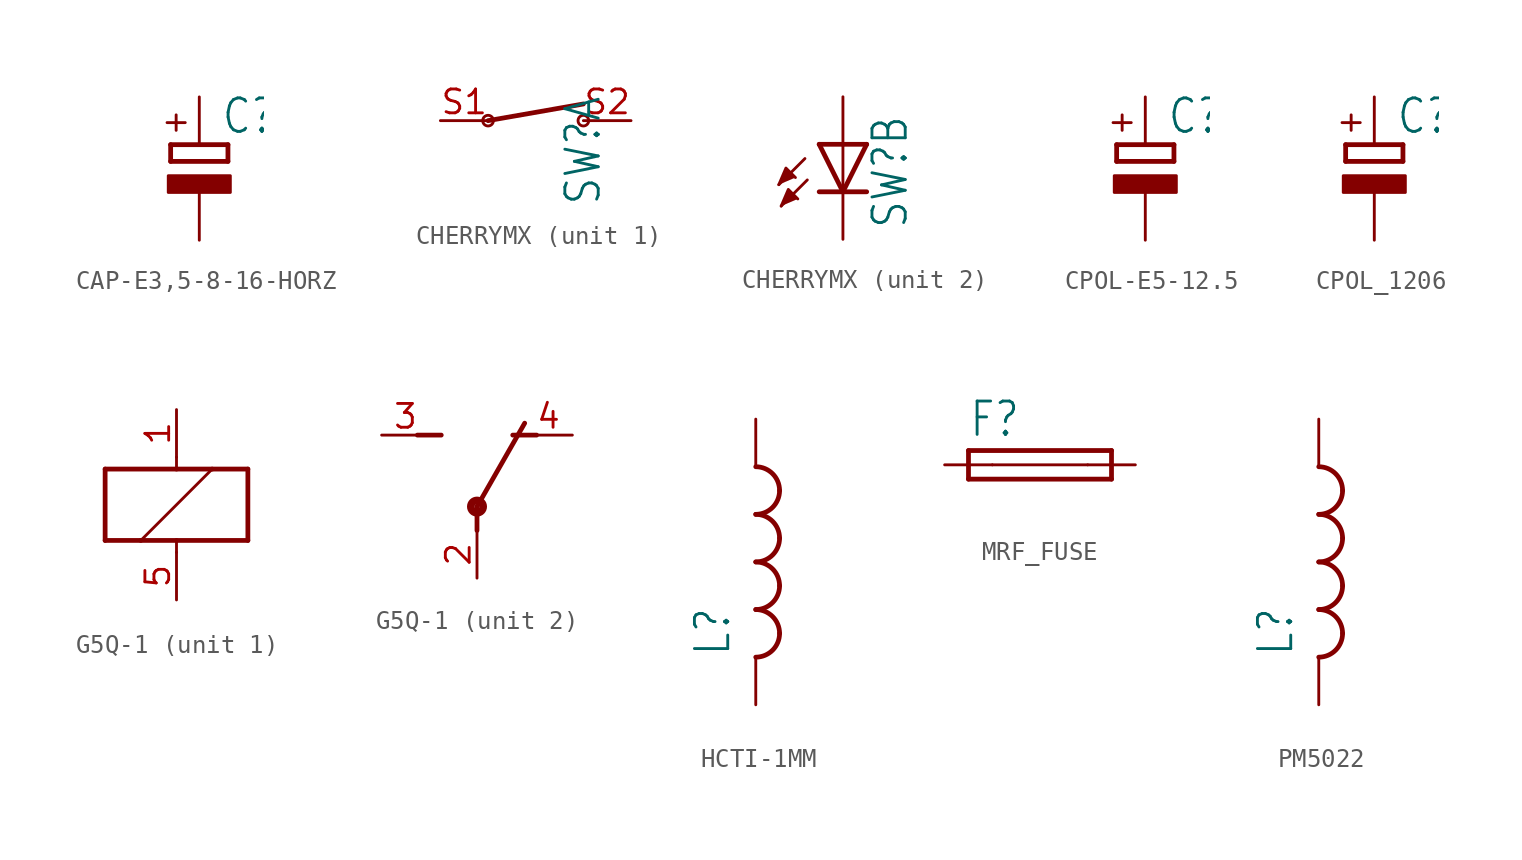
<source format=kicad_sym>
(kicad_symbol_lib
  (version 20231120)
  (generator "kicad_symbol_editor")
  (generator_version "8.0")
  (symbol "CAP-E3,5-8-16-HORZ"
    (property "Reference" "C"
      (at 1.143 0.483 0)
      (effects (font (size 1.778 1.511)) (justify left bottom)))
    (property "Value" ""
      (at 1.143 -4.597 0)
      (effects (font (size 1.778 1.511)) (justify left bottom)))
    (property "ki_locked" ""
      (at 0 0 0)
      (effects (font (size 1.27 1.27))))
    (symbol "CAP-E3,5-8-16-HORZ_1_0"
      (rectangle (start -1.651 -2.54) (end 1.651 -1.651) (stroke (width 0) (type default)) (fill (type outline)))
      (polyline (pts (xy -1.524 -0.889) (xy 1.524 -0.889)) (stroke (width 0.254) (type solid)) (fill (type none)))
      (polyline (pts (xy -1.524 0) (xy -1.524 -0.889)) (stroke (width 0.254) (type solid)) (fill (type none)))
      (polyline (pts (xy -1.524 0) (xy 1.524 0)) (stroke (width 0.254) (type solid)) (fill (type none)))
      (polyline (pts (xy 1.524 -0.889) (xy 1.524 0)) (stroke (width 0.254) (type solid)) (fill (type none)))
      (text "+" (at -0.584 0.406 900) (effects (font (size 1.27 1.079)) (justify left bottom)))
      (pin passive line (at 0 2.54 270) (length 2.54) (name "+" (effects (font (size 0 0)))) (number "+" (effects (font (size 0 0)))))
      (pin passive line (at 0 -5.08 90) (length 2.54) (name "-" (effects (font (size 0 0)))) (number "-" (effects (font (size 0 0)))))))
  (symbol "CHERRYMX"
    (property "Reference" "SW"
      (at 3.556 -4.572 90)
      (effects (font (size 1.778 1.511)) (justify left bottom)))
    (property "Value" ""
      (at 5.715 -4.572 90)
      (effects (font (size 1.778 1.511)) (justify left bottom)))
    (property "ki_locked" ""
      (at 0 0 0)
      (effects (font (size 1.27 1.27))))
    (symbol "CHERRYMX_1_0"
      (circle (center -2.54 0) (radius 0.284) (stroke (width 0) (type solid)) (fill (type none)))
      (polyline (pts (xy -2.54 0) (xy 2.54 0.889)) (stroke (width 0.254) (type solid)) (fill (type none)))
      (circle (center 2.54 0) (radius 0.284) (stroke (width 0) (type solid)) (fill (type none)))
      (pin passive line (at -5.08 0 0) (length 2.54) (name "1" (effects (font (size 0 0)))) (number "S1" (effects (font (size 1.27 1.27)))))
      (pin passive line (at 5.08 0 180) (length 2.54) (name "2" (effects (font (size 0 0)))) (number "S2" (effects (font (size 1.27 1.27))))))
    (symbol "CHERRYMX_2_0"
      (polyline (pts (xy -2.032 -0.762) (xy -3.429 -2.159)) (stroke (width 0.152) (type solid)) (fill (type none)))
      (polyline (pts (xy -1.905 -1.905) (xy -3.302 -3.302)) (stroke (width 0.152) (type solid)) (fill (type none)))
      (polyline (pts (xy 0 -2.54) (xy -1.27 -2.54)) (stroke (width 0.254) (type solid)) (fill (type none)))
      (polyline (pts (xy 0 -2.54) (xy -1.27 0)) (stroke (width 0.254) (type solid)) (fill (type none)))
      (polyline (pts (xy 0 0) (xy -1.27 0)) (stroke (width 0.254) (type solid)) (fill (type none)))
      (polyline (pts (xy 0 0) (xy 0 -2.54)) (stroke (width 0.152) (type solid)) (fill (type none)))
      (polyline (pts (xy 1.27 -2.54) (xy 0 -2.54)) (stroke (width 0.254) (type solid)) (fill (type none)))
      (polyline (pts (xy 1.27 0) (xy 0 -2.54)) (stroke (width 0.254) (type solid)) (fill (type none)))
      (polyline (pts (xy 1.27 0) (xy 0 0)) (stroke (width 0.254) (type solid)) (fill (type none)))
      (polyline (pts (xy -3.429 -2.159) (xy -3.048 -1.27) (xy -2.54 -1.778)) (stroke (width 0.152) (type solid)) (fill (type outline)))
      (polyline (pts (xy -3.302 -3.302) (xy -2.921 -2.413) (xy -2.413 -2.921)) (stroke (width 0.152) (type solid)) (fill (type outline)))
      (pin passive line (at 0 2.54 270) (length 2.54) (name "A" (effects (font (size 0 0)))) (number "L1" (effects (font (size 0 0)))))
      (pin passive line (at 0 -5.08 90) (length 2.54) (name "C" (effects (font (size 0 0)))) (number "L2" (effects (font (size 0 0)))))))
  (symbol "CPOL-E5-12.5"
    (property "Reference" "C"
      (at 1.143 0.483 0)
      (effects (font (size 1.778 1.511)) (justify left bottom)))
    (property "Value" ""
      (at 1.143 -4.597 0)
      (effects (font (size 1.778 1.511)) (justify left bottom)))
    (property "ki_locked" ""
      (at 0 0 0)
      (effects (font (size 1.27 1.27))))
    (symbol "CPOL-E5-12.5_1_0"
      (rectangle (start -1.651 -2.54) (end 1.651 -1.651) (stroke (width 0) (type default)) (fill (type outline)))
      (polyline (pts (xy -1.524 -0.889) (xy 1.524 -0.889)) (stroke (width 0.254) (type solid)) (fill (type none)))
      (polyline (pts (xy -1.524 0) (xy -1.524 -0.889)) (stroke (width 0.254) (type solid)) (fill (type none)))
      (polyline (pts (xy -1.524 0) (xy 1.524 0)) (stroke (width 0.254) (type solid)) (fill (type none)))
      (polyline (pts (xy 1.524 -0.889) (xy 1.524 0)) (stroke (width 0.254) (type solid)) (fill (type none)))
      (text "+" (at -0.584 0.406 900) (effects (font (size 1.27 1.079)) (justify left bottom)))
      (pin passive line (at 0 2.54 270) (length 2.54) (name "+" (effects (font (size 0 0)))) (number "+" (effects (font (size 0 0)))))
      (pin passive line (at 0 -5.08 90) (length 2.54) (name "-" (effects (font (size 0 0)))) (number "-" (effects (font (size 0 0)))))))
  (symbol "CPOL_1206"
    (property "Reference" "C"
      (at 1.143 0.483 0)
      (effects (font (size 1.778 1.511)) (justify left bottom)))
    (property "Value" ""
      (at 1.143 -4.597 0)
      (effects (font (size 1.778 1.511)) (justify left bottom)))
    (property "ki_locked" ""
      (at 0 0 0)
      (effects (font (size 1.27 1.27))))
    (symbol "CPOL_1206_1_0"
      (rectangle (start -1.651 -2.54) (end 1.651 -1.651) (stroke (width 0) (type default)) (fill (type outline)))
      (polyline (pts (xy -1.524 -0.889) (xy 1.524 -0.889)) (stroke (width 0.254) (type solid)) (fill (type none)))
      (polyline (pts (xy -1.524 0) (xy -1.524 -0.889)) (stroke (width 0.254) (type solid)) (fill (type none)))
      (polyline (pts (xy -1.524 0) (xy 1.524 0)) (stroke (width 0.254) (type solid)) (fill (type none)))
      (polyline (pts (xy 1.524 -0.889) (xy 1.524 0)) (stroke (width 0.254) (type solid)) (fill (type none)))
      (text "+" (at -0.584 0.406 900) (effects (font (size 1.27 1.079)) (justify left bottom)))
      (pin passive line (at 0 2.54 270) (length 2.54) (name "+" (effects (font (size 0 0)))) (number "1" (effects (font (size 0 0)))))
      (pin passive line (at 0 -5.08 90) (length 2.54) (name "-" (effects (font (size 0 0)))) (number "2" (effects (font (size 0 0)))))))
  (symbol "G5Q-1"
    (property "Reference" "K"
      (at 2.54 0 0)
      (effects (font (size 1.778 1.511)) (justify left bottom) (hide yes)))
    (property "ki_locked" ""
      (at 0 0 0)
      (effects (font (size 1.27 1.27))))
    (symbol "G5Q-1_1_0"
      (polyline (pts (xy -3.81 -1.905) (xy -1.905 -1.905)) (stroke (width 0.254) (type solid)) (fill (type none)))
      (polyline (pts (xy -3.81 1.905) (xy -3.81 -1.905)) (stroke (width 0.254) (type solid)) (fill (type none)))
      (polyline (pts (xy -1.905 -1.905) (xy 0 -1.905)) (stroke (width 0.254) (type solid)) (fill (type none)))
      (polyline (pts (xy -1.905 -1.905) (xy 1.905 1.905)) (stroke (width 0.152) (type solid)) (fill (type none)))
      (polyline (pts (xy 0 -2.54) (xy 0 -1.905)) (stroke (width 0.152) (type solid)) (fill (type none)))
      (polyline (pts (xy 0 -1.905) (xy 3.81 -1.905)) (stroke (width 0.254) (type solid)) (fill (type none)))
      (polyline (pts (xy 0 1.905) (xy -3.81 1.905)) (stroke (width 0.254) (type solid)) (fill (type none)))
      (polyline (pts (xy 0 2.54) (xy 0 1.905)) (stroke (width 0.152) (type solid)) (fill (type none)))
      (polyline (pts (xy 1.905 1.905) (xy 0 1.905)) (stroke (width 0.254) (type solid)) (fill (type none)))
      (polyline (pts (xy 3.81 -1.905) (xy 3.81 1.905)) (stroke (width 0.254) (type solid)) (fill (type none)))
      (polyline (pts (xy 3.81 1.905) (xy 1.905 1.905)) (stroke (width 0.254) (type solid)) (fill (type none)))
      (pin passive line (at 0 5.08 270) (length 2.54) (name "1" (effects (font (size 0 0)))) (number "1" (effects (font (size 1.27 1.27)))))
      (pin passive line (at 0 -5.08 90) (length 2.54) (name "2" (effects (font (size 0 0)))) (number "5" (effects (font (size 1.27 1.27))))))
    (symbol "G5Q-1_2_0"
      (polyline (pts (xy -3.175 5.08) (xy -1.905 5.08)) (stroke (width 0.254) (type solid)) (fill (type none)))
      (polyline (pts (xy 0 1.27) (xy 0 0)) (stroke (width 0.254) (type solid)) (fill (type none)))
      (polyline (pts (xy 0 1.27) (xy 2.54 5.715)) (stroke (width 0.254) (type solid)) (fill (type none)))
      (polyline (pts (xy 3.175 5.08) (xy 1.905 5.08)) (stroke (width 0.254) (type solid)) (fill (type none)))
      (circle (center 0 1.27) (radius 0.127) (stroke (width 0.406) (type solid)) (fill (type none)))
      (pin passive line (at 0 -2.54 90) (length 2.54) (name "P" (effects (font (size 0 0)))) (number "2" (effects (font (size 1.27 1.27)))))
      (pin passive line (at -5.08 5.08 0) (length 2.54) (name "S" (effects (font (size 0 0)))) (number "3" (effects (font (size 1.27 1.27)))))
      (pin passive line (at 5.08 5.08 180) (length 2.54) (name "O" (effects (font (size 0 0)))) (number "4" (effects (font (size 1.27 1.27)))))))
  (symbol "HCTI-1MM"
    (property "Reference" "L"
      (at -1.27 -5.08 90)
      (effects (font (size 1.778 1.511)) (justify left bottom)))
    (property "Value" ""
      (at 3.81 -5.08 90)
      (effects (font (size 1.778 1.511)) (justify left bottom)))
    (property "ki_locked" ""
      (at 0 0 0)
      (effects (font (size 1.27 1.27))))
    (symbol "HCTI-1MM_1_0"
      (arc (start 0 -5.08) (mid 0.898 -4.708) (end 1.27 -3.81) (stroke (width 0.254) (type solid)) (fill (type none)))
      (arc (start 0 -2.54) (mid 0.898 -2.168) (end 1.27 -1.27) (stroke (width 0.254) (type solid)) (fill (type none)))
      (arc (start 0 0) (mid 0.898 0.372) (end 1.27 1.27) (stroke (width 0.254) (type solid)) (fill (type none)))
      (arc (start 0 2.54) (mid 0.898 2.912) (end 1.27 3.81) (stroke (width 0.254) (type solid)) (fill (type none)))
      (arc (start 1.27 -3.81) (mid 0.898 -2.912) (end 0 -2.54) (stroke (width 0.254) (type solid)) (fill (type none)))
      (arc (start 1.27 -1.27) (mid 0.898 -0.372) (end 0 0) (stroke (width 0.254) (type solid)) (fill (type none)))
      (arc (start 1.27 1.27) (mid 0.898 2.168) (end 0 2.54) (stroke (width 0.254) (type solid)) (fill (type none)))
      (arc (start 1.27 3.81) (mid 0.898 4.708) (end 0 5.08) (stroke (width 0.254) (type solid)) (fill (type none)))
      (pin passive line (at 0 7.62 270) (length 2.54) (name "1" (effects (font (size 0 0)))) (number "1" (effects (font (size 0 0)))))
      (pin passive line (at 0 -7.62 90) (length 2.54) (name "2" (effects (font (size 0 0)))) (number "2" (effects (font (size 0 0)))))))
  (symbol "MRF_FUSE"
    (property "Reference" "F"
      (at -3.81 1.397 0)
      (effects (font (size 1.778 1.511)) (justify left bottom)))
    (property "Value" ""
      (at -3.81 -2.921 0)
      (effects (font (size 1.778 1.511)) (justify left bottom)))
    (property "ki_locked" ""
      (at 0 0 0)
      (effects (font (size 1.27 1.27))))
    (symbol "MRF_FUSE_1_0"
      (polyline (pts (xy -3.81 -0.762) (xy 3.81 -0.762)) (stroke (width 0.254) (type solid)) (fill (type none)))
      (polyline (pts (xy -3.81 0.762) (xy -3.81 -0.762)) (stroke (width 0.254) (type solid)) (fill (type none)))
      (polyline (pts (xy -2.54 0) (xy 2.54 0)) (stroke (width 0.152) (type solid)) (fill (type none)))
      (polyline (pts (xy 3.81 -0.762) (xy 3.81 0.762)) (stroke (width 0.254) (type solid)) (fill (type none)))
      (polyline (pts (xy 3.81 0.762) (xy -3.81 0.762)) (stroke (width 0.254) (type solid)) (fill (type none)))
      (pin passive line (at -5.08 0 0) (length 2.54) (name "1" (effects (font (size 0 0)))) (number "1" (effects (font (size 0 0)))))
      (pin passive line (at 5.08 0 180) (length 2.54) (name "2" (effects (font (size 0 0)))) (number "2" (effects (font (size 0 0)))))))
  (symbol "PM5022"
    (property "Reference" "L"
      (at -1.27 -5.08 90)
      (effects (font (size 1.778 1.511)) (justify left bottom)))
    (property "Value" ""
      (at 3.81 -5.08 90)
      (effects (font (size 1.778 1.511)) (justify left bottom)))
    (property "ki_locked" ""
      (at 0 0 0)
      (effects (font (size 1.27 1.27))))
    (symbol "PM5022_1_0"
      (arc (start 0 -5.08) (mid 0.898 -4.708) (end 1.27 -3.81) (stroke (width 0.254) (type solid)) (fill (type none)))
      (arc (start 0 -2.54) (mid 0.898 -2.168) (end 1.27 -1.27) (stroke (width 0.254) (type solid)) (fill (type none)))
      (arc (start 0 0) (mid 0.898 0.372) (end 1.27 1.27) (stroke (width 0.254) (type solid)) (fill (type none)))
      (arc (start 0 2.54) (mid 0.898 2.912) (end 1.27 3.81) (stroke (width 0.254) (type solid)) (fill (type none)))
      (arc (start 1.27 -3.81) (mid 0.898 -2.912) (end 0 -2.54) (stroke (width 0.254) (type solid)) (fill (type none)))
      (arc (start 1.27 -1.27) (mid 0.898 -0.372) (end 0 0) (stroke (width 0.254) (type solid)) (fill (type none)))
      (arc (start 1.27 1.27) (mid 0.898 2.168) (end 0 2.54) (stroke (width 0.254) (type solid)) (fill (type none)))
      (arc (start 1.27 3.81) (mid 0.898 4.708) (end 0 5.08) (stroke (width 0.254) (type solid)) (fill (type none)))
      (pin passive line (at 0 7.62 270) (length 2.54) (name "1" (effects (font (size 0 0)))) (number "1" (effects (font (size 0 0)))))
      (pin passive line (at 0 -7.62 90) (length 2.54) (name "2" (effects (font (size 0 0)))) (number "2" (effects (font (size 0 0))))))))
</source>
